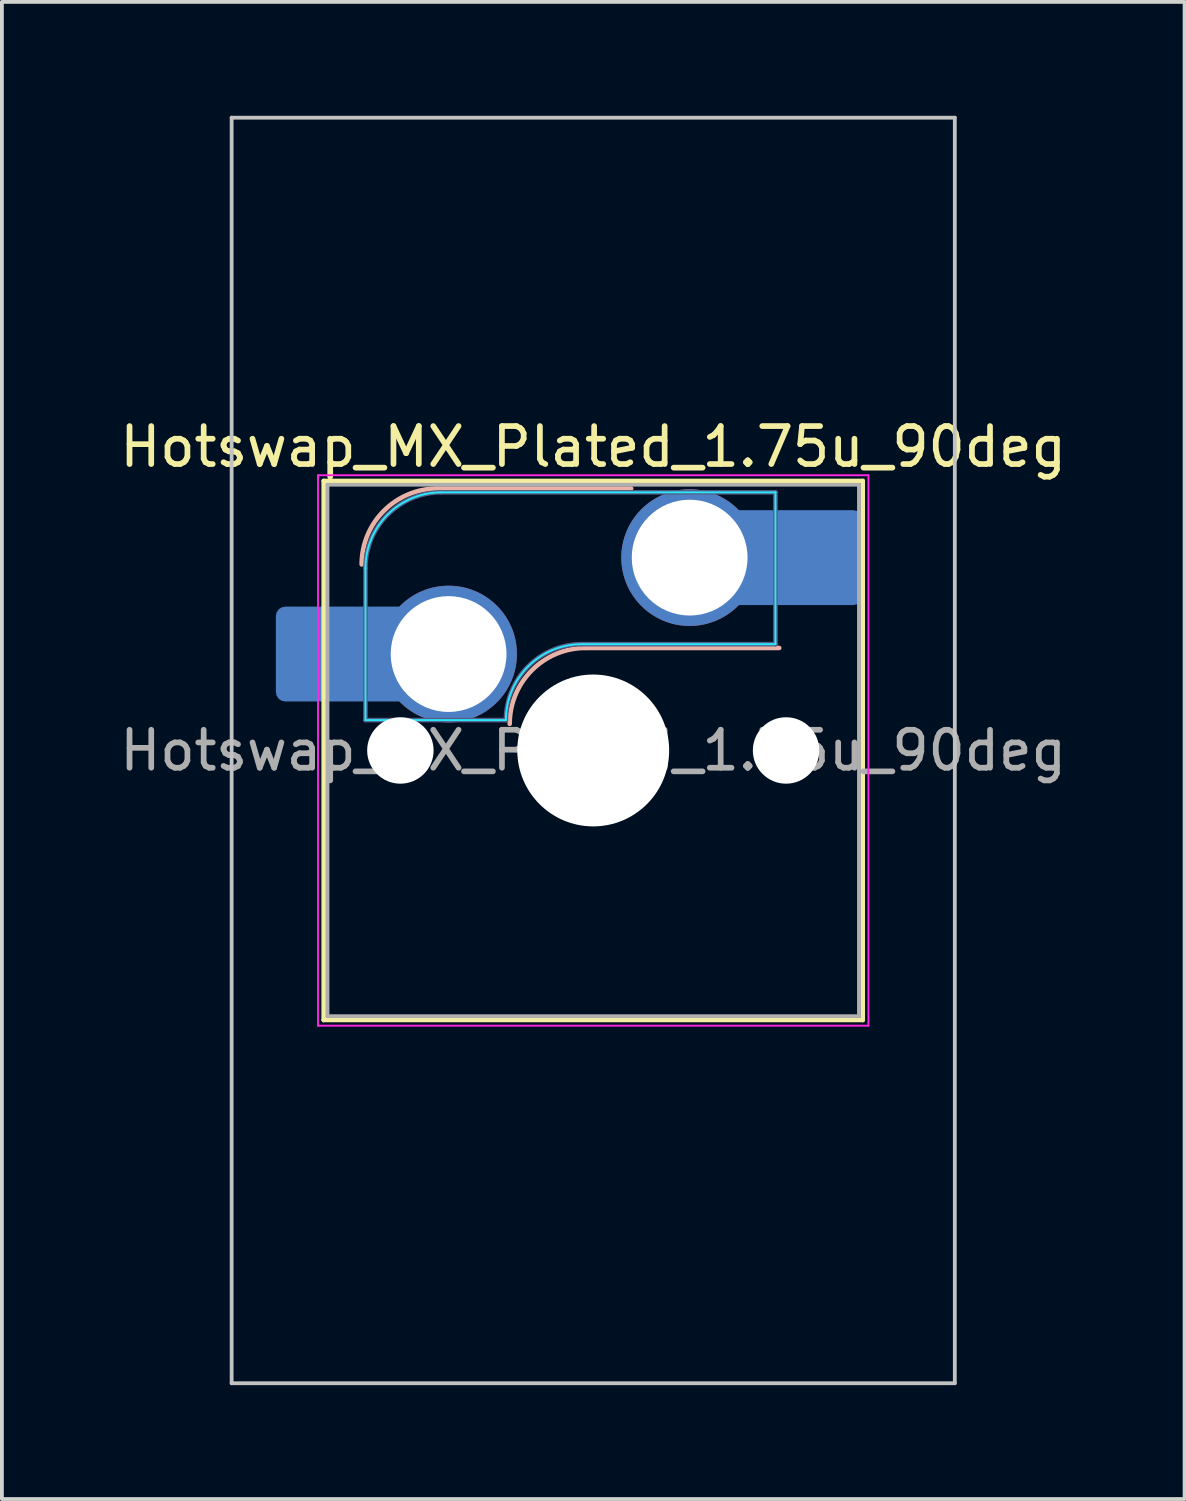
<source format=kicad_pcb>
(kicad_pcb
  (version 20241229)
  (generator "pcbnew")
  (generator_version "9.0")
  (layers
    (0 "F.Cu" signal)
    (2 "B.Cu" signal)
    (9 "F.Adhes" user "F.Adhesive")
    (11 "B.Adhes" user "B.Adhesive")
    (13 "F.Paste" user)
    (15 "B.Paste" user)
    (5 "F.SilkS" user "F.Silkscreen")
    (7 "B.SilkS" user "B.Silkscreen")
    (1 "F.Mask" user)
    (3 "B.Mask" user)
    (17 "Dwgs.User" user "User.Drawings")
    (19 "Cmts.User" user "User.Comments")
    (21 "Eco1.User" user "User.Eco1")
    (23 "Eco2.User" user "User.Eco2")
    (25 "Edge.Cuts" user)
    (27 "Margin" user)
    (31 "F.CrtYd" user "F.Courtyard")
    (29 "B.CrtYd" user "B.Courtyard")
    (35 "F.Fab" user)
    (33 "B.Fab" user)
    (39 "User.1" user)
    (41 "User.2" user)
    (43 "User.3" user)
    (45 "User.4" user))
  (footprint "Hotswap_MX_Plated_1.75u_90deg"
    (layer "F.Cu")
    (at 12.577 16.719)
    (property "Reference" "Hotswap_MX_Plated_1.75u_90deg" (at 0 -8 0) (layer "F.SilkS") (effects (font (size 1 1) (thickness 0.15))))
    (attr smd allow_soldermask_bridges)
    (fp_line (start -7.1 -7.1) (end -7.1 7.1) (stroke (width 0.12) (type solid)) (layer "F.SilkS"))
    (fp_line (start -7.1 7.1) (end 7.1 7.1) (stroke (width 0.12) (type solid)) (layer "F.SilkS"))
    (fp_line (start 7.1 -7.1) (end -7.1 -7.1) (stroke (width 0.12) (type solid)) (layer "F.SilkS"))
    (fp_line (start 7.1 7.1) (end 7.1 -7.1) (stroke (width 0.12) (type solid)) (layer "F.SilkS"))
    (fp_line (start -4.1 -6.9) (end 1 -6.9) (stroke (width 0.12) (type solid)) (layer "B.SilkS"))
    (fp_line (start -0.2 -2.7) (end 4.9 -2.7) (stroke (width 0.12) (type solid)) (layer "B.SilkS"))
    (fp_arc (start -6.1 -4.9) (mid -5.514214 -6.314214) (end -4.1 -6.9) (stroke (width 0.12) (type solid)) (layer "B.SilkS"))
    (fp_arc (start -2.2 -0.7) (mid -1.614214 -2.114214) (end -0.2 -2.7) (stroke (width 0.12) (type solid)) (layer "B.SilkS"))
    (fp_line (start -9.525 -16.669) (end 9.525 -16.669) (stroke (width 0.1) (type solid)) (layer "Dwgs.User"))
    (fp_line (start -9.525 16.669) (end -9.525 -16.669) (stroke (width 0.1) (type solid)) (layer "Dwgs.User"))
    (fp_line (start 9.525 -16.669) (end 9.525 16.669) (stroke (width 0.1) (type solid)) (layer "Dwgs.User"))
    (fp_line (start 9.525 16.669) (end -9.525 16.669) (stroke (width 0.1) (type solid)) (layer "Dwgs.User"))
    (fp_line (start -7.8 -6) (end -7 -6) (stroke (width 0.1) (type solid)) (layer "Eco1.User"))
    (fp_line (start -7.8 -2.9) (end -7.8 -6) (stroke (width 0.1) (type solid)) (layer "Eco1.User"))
    (fp_line (start -7.8 2.9) (end -7 2.9) (stroke (width 0.1) (type solid)) (layer "Eco1.User"))
    (fp_line (start -7.8 6) (end -7.8 2.9) (stroke (width 0.1) (type solid)) (layer "Eco1.User"))
    (fp_line (start -7 -7) (end 7 -7) (stroke (width 0.1) (type solid)) (layer "Eco1.User"))
    (fp_line (start -7 -6) (end -7 -7) (stroke (width 0.1) (type solid)) (layer "Eco1.User"))
    (fp_line (start -7 -2.9) (end -7.8 -2.9) (stroke (width 0.1) (type solid)) (layer "Eco1.User"))
    (fp_line (start -7 2.9) (end -7 -2.9) (stroke (width 0.1) (type solid)) (layer "Eco1.User"))
    (fp_line (start -7 6) (end -7.8 6) (stroke (width 0.1) (type solid)) (layer "Eco1.User"))
    (fp_line (start -7 7) (end -7 6) (stroke (width 0.1) (type solid)) (layer "Eco1.User"))
    (fp_line (start 7 -7) (end 7 -6) (stroke (width 0.1) (type solid)) (layer "Eco1.User"))
    (fp_line (start 7 -6) (end 7.8 -6) (stroke (width 0.1) (type solid)) (layer "Eco1.User"))
    (fp_line (start 7 -2.9) (end 7 2.9) (stroke (width 0.1) (type solid)) (layer "Eco1.User"))
    (fp_line (start 7 2.9) (end 7.8 2.9) (stroke (width 0.1) (type solid)) (layer "Eco1.User"))
    (fp_line (start 7 6) (end 7 7) (stroke (width 0.1) (type solid)) (layer "Eco1.User"))
    (fp_line (start 7 7) (end -7 7) (stroke (width 0.1) (type solid)) (layer "Eco1.User"))
    (fp_line (start 7.8 -6) (end 7.8 -2.9) (stroke (width 0.1) (type solid)) (layer "Eco1.User"))
    (fp_line (start 7.8 -2.9) (end 7 -2.9) (stroke (width 0.1) (type solid)) (layer "Eco1.User"))
    (fp_line (start 7.8 2.9) (end 7.8 6) (stroke (width 0.1) (type solid)) (layer "Eco1.User"))
    (fp_line (start 7.8 6) (end 7 6) (stroke (width 0.1) (type solid)) (layer "Eco1.User"))
    (fp_line (start -6 -0.8) (end -6 -4.8) (stroke (width 0.05) (type solid)) (layer "B.CrtYd"))
    (fp_line (start -6 -0.8) (end -2.3 -0.8) (stroke (width 0.05) (type solid)) (layer "B.CrtYd"))
    (fp_line (start -4 -6.8) (end 4.8 -6.8) (stroke (width 0.05) (type solid)) (layer "B.CrtYd"))
    (fp_line (start -0.3 -2.8) (end 4.8 -2.8) (stroke (width 0.05) (type solid)) (layer "B.CrtYd"))
    (fp_line (start 4.8 -6.8) (end 4.8 -2.8) (stroke (width 0.05) (type solid)) (layer "B.CrtYd"))
    (fp_arc (start -6 -4.8) (mid -5.414214 -6.214214) (end -4 -6.8) (stroke (width 0.05) (type solid)) (layer "B.CrtYd"))
    (fp_arc (start -2.3 -0.8) (mid -1.714214 -2.214214) (end -0.3 -2.8) (stroke (width 0.05) (type solid)) (layer "B.CrtYd"))
    (fp_line (start -7.25 -7.25) (end -7.25 7.25) (stroke (width 0.05) (type solid)) (layer "F.CrtYd"))
    (fp_line (start -7.25 7.25) (end 7.25 7.25) (stroke (width 0.05) (type solid)) (layer "F.CrtYd"))
    (fp_line (start 7.25 -7.25) (end -7.25 -7.25) (stroke (width 0.05) (type solid)) (layer "F.CrtYd"))
    (fp_line (start 7.25 7.25) (end 7.25 -7.25) (stroke (width 0.05) (type solid)) (layer "F.CrtYd"))
    (fp_line (start -6 -0.8) (end -6 -4.8) (stroke (width 0.12) (type solid)) (layer "B.Fab"))
    (fp_line (start -6 -0.8) (end -2.3 -0.8) (stroke (width 0.12) (type solid)) (layer "B.Fab"))
    (fp_line (start -4 -6.8) (end 4.8 -6.8) (stroke (width 0.12) (type solid)) (layer "B.Fab"))
    (fp_line (start -0.3 -2.8) (end 4.8 -2.8) (stroke (width 0.12) (type solid)) (layer "B.Fab"))
    (fp_line (start 4.8 -6.8) (end 4.8 -2.8) (stroke (width 0.12) (type solid)) (layer "B.Fab"))
    (fp_arc (start -6 -4.8) (mid -5.414214 -6.214214) (end -4 -6.8) (stroke (width 0.12) (type solid)) (layer "B.Fab"))
    (fp_arc (start -2.3 -0.8) (mid -1.714214 -2.214214) (end -0.3 -2.8) (stroke (width 0.12) (type solid)) (layer "B.Fab"))
    (fp_line (start -7 -7) (end -7 7) (stroke (width 0.1) (type solid)) (layer "F.Fab"))
    (fp_line (start -7 7) (end 7 7) (stroke (width 0.1) (type solid)) (layer "F.Fab"))
    (fp_line (start 7 -7) (end -7 -7) (stroke (width 0.1) (type solid)) (layer "F.Fab"))
    (fp_line (start 7 7) (end 7 -7) (stroke (width 0.1) (type solid)) (layer "F.Fab"))
    (fp_text user "${REFERENCE}" (at 0 0 0) (layer "F.Fab") (effects (font (size 1 1) (thickness 0.15))))
    (pad "" smd roundrect (at -7.085 -2.54) (size 2.55 2.5) (layers "B.Mask" "B.Paste") (roundrect_rratio 0.1))
    (pad "" np_thru_hole circle (at -5.08 0) (size 1.75 1.75) (drill 1.75) (layers "*.Cu" "*.Mask"))
    (pad "" np_thru_hole circle (at 0 0) (size 4 4) (drill 4) (layers "*.Cu" "*.Mask"))
    (pad "" np_thru_hole circle (at 5.08 0) (size 1.75 1.75) (drill 1.75) (layers "*.Cu" "*.Mask"))
    (pad "" smd roundrect (at 5.842 -5.08) (size 2.55 2.5) (layers "B.Mask" "B.Paste") (roundrect_rratio 0.1))
    (pad "1" smd roundrect (at -6.585 -2.54) (size 3.55 2.5) (layers "B.Cu") (roundrect_rratio 0.1))
    (pad "1" thru_hole circle (at -3.81 -2.54) (size 3.6 3.6) (drill 3.05) (layers "*.Cu" "*.Mask"))
    (pad "2" thru_hole circle (at 2.54 -5.08) (size 3.6 3.6) (drill 3.05) (layers "*.Cu" "*.Mask"))
    (pad "2" smd roundrect (at 5.32 -5.08) (size 3.55 2.5) (layers "B.Cu") (roundrect_rratio 0.1)))
  (gr_rect
    (start -3 -3)
    (end 28.155 36.438)
    (stroke (width 0.1) (type default))
    (fill no)
    (layer "Edge.Cuts")))
</source>
